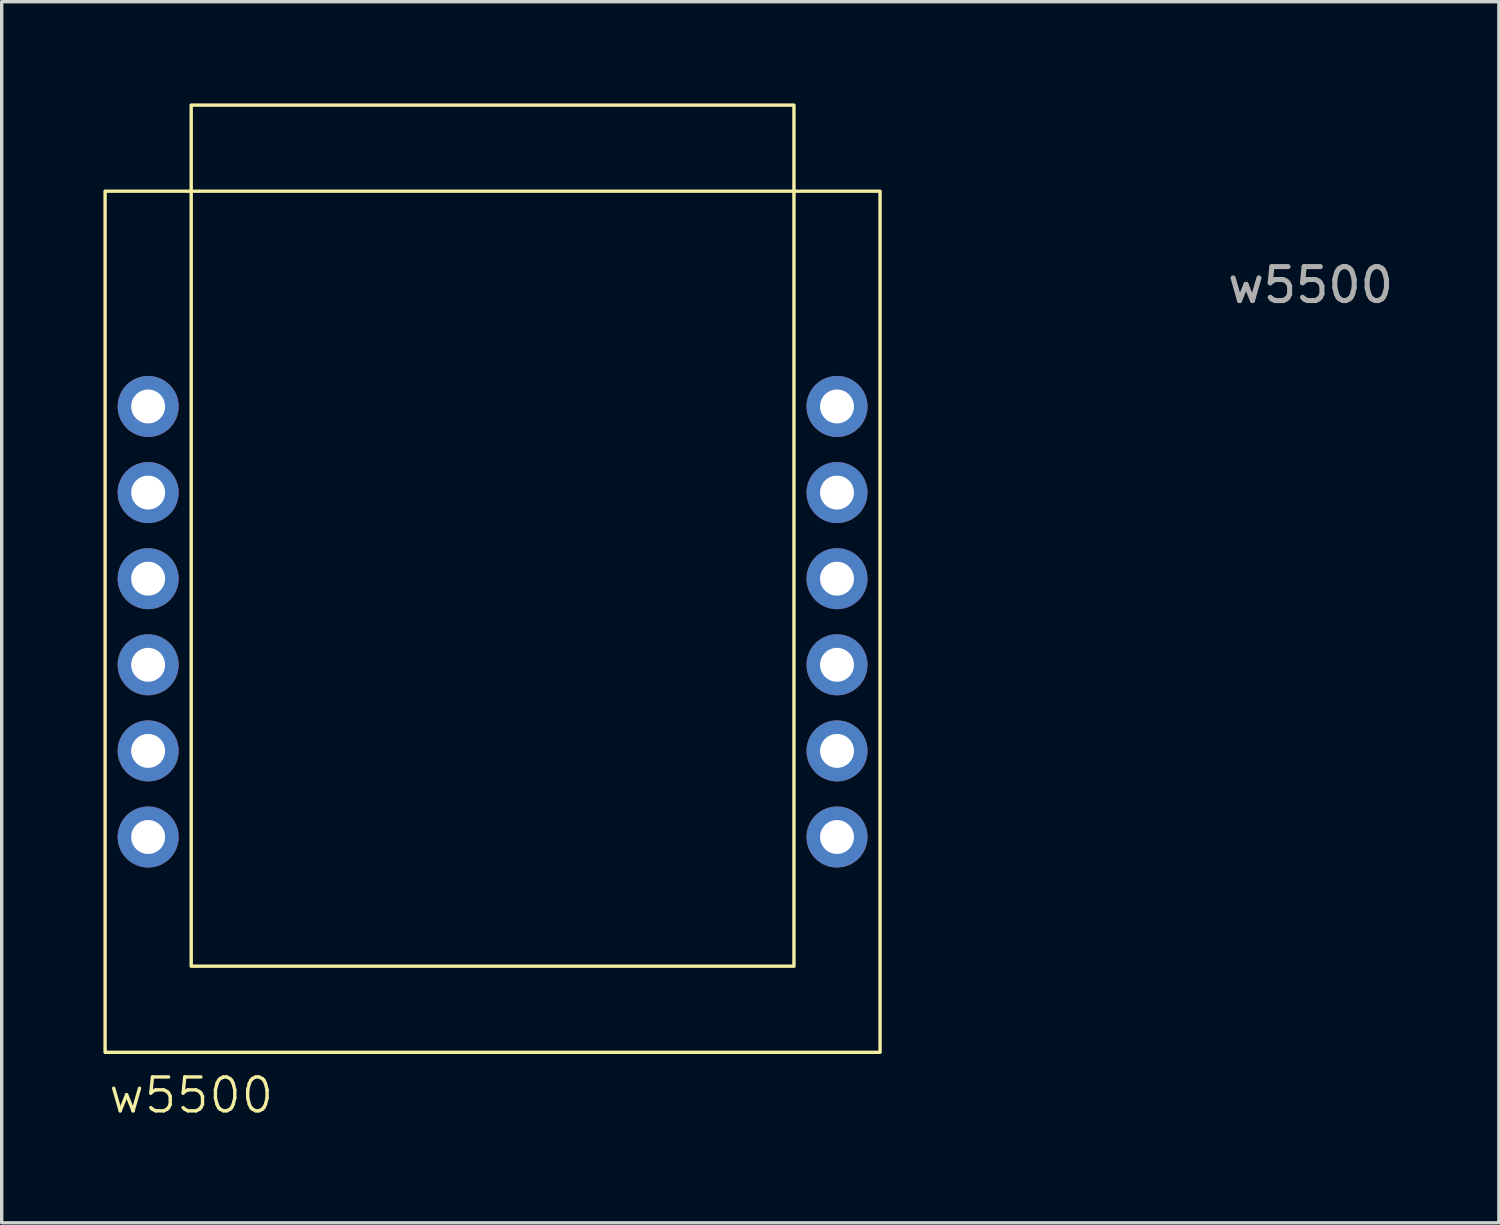
<source format=kicad_pcb>
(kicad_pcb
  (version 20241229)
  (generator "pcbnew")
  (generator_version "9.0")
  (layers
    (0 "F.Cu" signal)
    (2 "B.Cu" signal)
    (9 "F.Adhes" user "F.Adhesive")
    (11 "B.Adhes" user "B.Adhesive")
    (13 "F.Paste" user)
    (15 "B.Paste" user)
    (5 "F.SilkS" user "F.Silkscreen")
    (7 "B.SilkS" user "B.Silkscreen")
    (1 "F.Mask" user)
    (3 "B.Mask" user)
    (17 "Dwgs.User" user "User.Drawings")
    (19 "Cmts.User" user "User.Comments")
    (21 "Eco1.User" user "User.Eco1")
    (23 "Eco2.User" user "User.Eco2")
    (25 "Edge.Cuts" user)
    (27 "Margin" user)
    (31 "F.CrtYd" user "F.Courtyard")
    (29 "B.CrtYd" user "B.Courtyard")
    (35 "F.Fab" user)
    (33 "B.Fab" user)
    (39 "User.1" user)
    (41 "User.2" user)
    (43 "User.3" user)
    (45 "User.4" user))
  (footprint "w5500"
    (layer "F.Cu")
    (at 11.48 15.29)
    (property "Reference" "w5500" (at -8.89 13.97 0) (unlocked yes) (layer "F.SilkS") (effects (font (size 1 1) (thickness 0.1))))
    (attr through_hole)
    (fp_rect (start -11.43 -12.7) (end 11.43 12.7) (stroke (width 0.1) (type default)) (fill no) (layer "F.SilkS"))
    (fp_rect (start -8.89 -15.24) (end 8.89 10.16) (stroke (width 0.1) (type default)) (fill no) (layer "F.SilkS"))
    (fp_text user "${REFERENCE}" (at 24.13 -9.93 0) (unlocked yes) (layer "F.Fab") (effects (font (size 1 1) (thickness 0.15))))
    (pad "1" thru_hole circle (at -10.16 -6.35) (size 1.8 1.8) (drill 1) (layers "*.Cu" "*.Mask"))
    (pad "2" thru_hole circle (at -10.16 -3.81) (size 1.8 1.8) (drill 1) (layers "*.Cu" "*.Mask"))
    (pad "3" thru_hole circle (at -10.16 -1.27) (size 1.8 1.8) (drill 1) (layers "*.Cu" "*.Mask"))
    (pad "4" thru_hole circle (at -10.16 1.27) (size 1.8 1.8) (drill 1) (layers "*.Cu" "*.Mask"))
    (pad "5" thru_hole circle (at -10.16 3.81) (size 1.8 1.8) (drill 1) (layers "*.Cu" "*.Mask"))
    (pad "6" thru_hole circle (at -10.16 6.35) (size 1.8 1.8) (drill 1) (layers "*.Cu" "*.Mask"))
    (pad "7" thru_hole circle (at 10.16 6.35) (size 1.8 1.8) (drill 1) (layers "*.Cu" "*.Mask"))
    (pad "8" thru_hole circle (at 10.16 3.81) (size 1.8 1.8) (drill 1) (layers "*.Cu" "*.Mask"))
    (pad "9" thru_hole circle (at 10.16 1.27) (size 1.8 1.8) (drill 1) (layers "*.Cu" "*.Mask"))
    (pad "10" thru_hole circle (at 10.16 -1.27) (size 1.8 1.8) (drill 1) (layers "*.Cu" "*.Mask"))
    (pad "11" thru_hole circle (at 10.16 -3.81) (size 1.8 1.8) (drill 1) (layers "*.Cu" "*.Mask"))
    (pad "12" thru_hole circle (at 10.16 -6.35) (size 1.8 1.8) (drill 1) (layers "*.Cu" "*.Mask")))
  (gr_rect
    (start -3 -3)
    (end 41.164 33.02)
    (stroke (width 0.1) (type default))
    (fill no)
    (layer "Edge.Cuts")))
</source>
